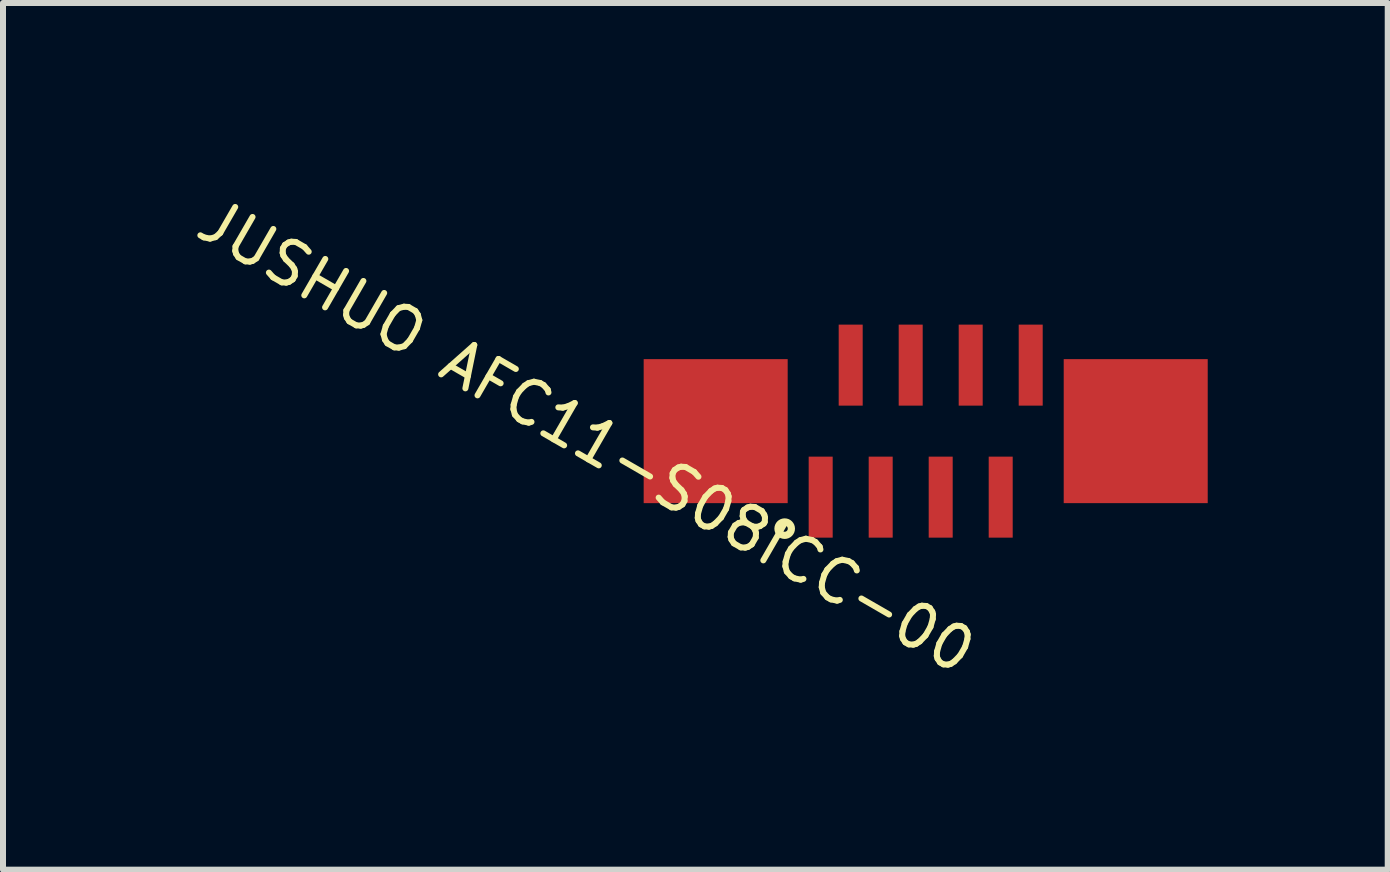
<source format=kicad_pcb>
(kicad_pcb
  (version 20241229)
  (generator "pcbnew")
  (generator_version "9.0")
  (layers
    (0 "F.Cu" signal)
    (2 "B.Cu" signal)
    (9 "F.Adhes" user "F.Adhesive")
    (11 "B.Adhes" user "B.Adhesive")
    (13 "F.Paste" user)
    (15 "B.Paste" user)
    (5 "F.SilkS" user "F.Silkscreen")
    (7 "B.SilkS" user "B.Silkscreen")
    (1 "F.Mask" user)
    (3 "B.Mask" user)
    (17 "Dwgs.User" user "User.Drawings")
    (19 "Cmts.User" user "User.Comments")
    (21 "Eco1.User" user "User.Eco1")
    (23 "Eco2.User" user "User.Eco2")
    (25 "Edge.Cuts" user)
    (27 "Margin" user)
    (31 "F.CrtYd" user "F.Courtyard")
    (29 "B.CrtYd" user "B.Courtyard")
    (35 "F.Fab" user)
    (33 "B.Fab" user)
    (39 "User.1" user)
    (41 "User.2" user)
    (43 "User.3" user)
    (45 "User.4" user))
  (footprint "JUSHUO AFC11-S08ICC-00"
    (layer "F.Cu")
    (at 12.377 4.135)
    (property "Reference" "JUSHUO AFC11-S08ICC-00" (at -5.65 0.086 330) (unlocked yes) (layer "F.SilkS") (effects (font (size 0.7 0.7) (thickness 0.1))))
    (attr smd)
    (fp_circle (center -2.35 1.625) (end -2.45 1.575) (stroke (width 0.12) (type solid)) (fill no) (layer "F.SilkS"))
    (pad "1" smd rect (at -1.75 1.1) (size 0.4 1.35) (layers "F.Cu" "F.Mask" "F.Paste"))
    (pad "2" smd rect (at -1.25 -1.1) (size 0.4 1.35) (layers "F.Cu" "F.Mask" "F.Paste"))
    (pad "3" smd rect (at -0.75 1.1) (size 0.4 1.35) (layers "F.Cu" "F.Mask" "F.Paste"))
    (pad "4" smd rect (at -0.25 -1.1) (size 0.4 1.35) (layers "F.Cu" "F.Mask" "F.Paste"))
    (pad "5" smd rect (at 0.25 1.1) (size 0.4 1.35) (layers "F.Cu" "F.Mask" "F.Paste"))
    (pad "6" smd rect (at 0.75 -1.1) (size 0.4 1.35) (layers "F.Cu" "F.Mask" "F.Paste"))
    (pad "7" smd rect (at 1.25 1.1) (size 0.4 1.35) (layers "F.Cu" "F.Mask" "F.Paste"))
    (pad "8" smd rect (at 1.75 -1.1) (size 0.4 1.35) (layers "F.Cu" "F.Mask" "F.Paste"))
    (pad "MP" smd rect (at -3.5 0 180) (size 2.4 2.4) (layers "F.Cu" "F.Mask" "F.Paste"))
    (pad "MP" smd rect (at 3.5 0 180) (size 2.4 2.4) (layers "F.Cu" "F.Mask" "F.Paste")))
  (gr_rect
    (start -3 -3)
    (end 20.077 11.443)
    (stroke (width 0.1) (type default))
    (fill no)
    (layer "Edge.Cuts")))
</source>
